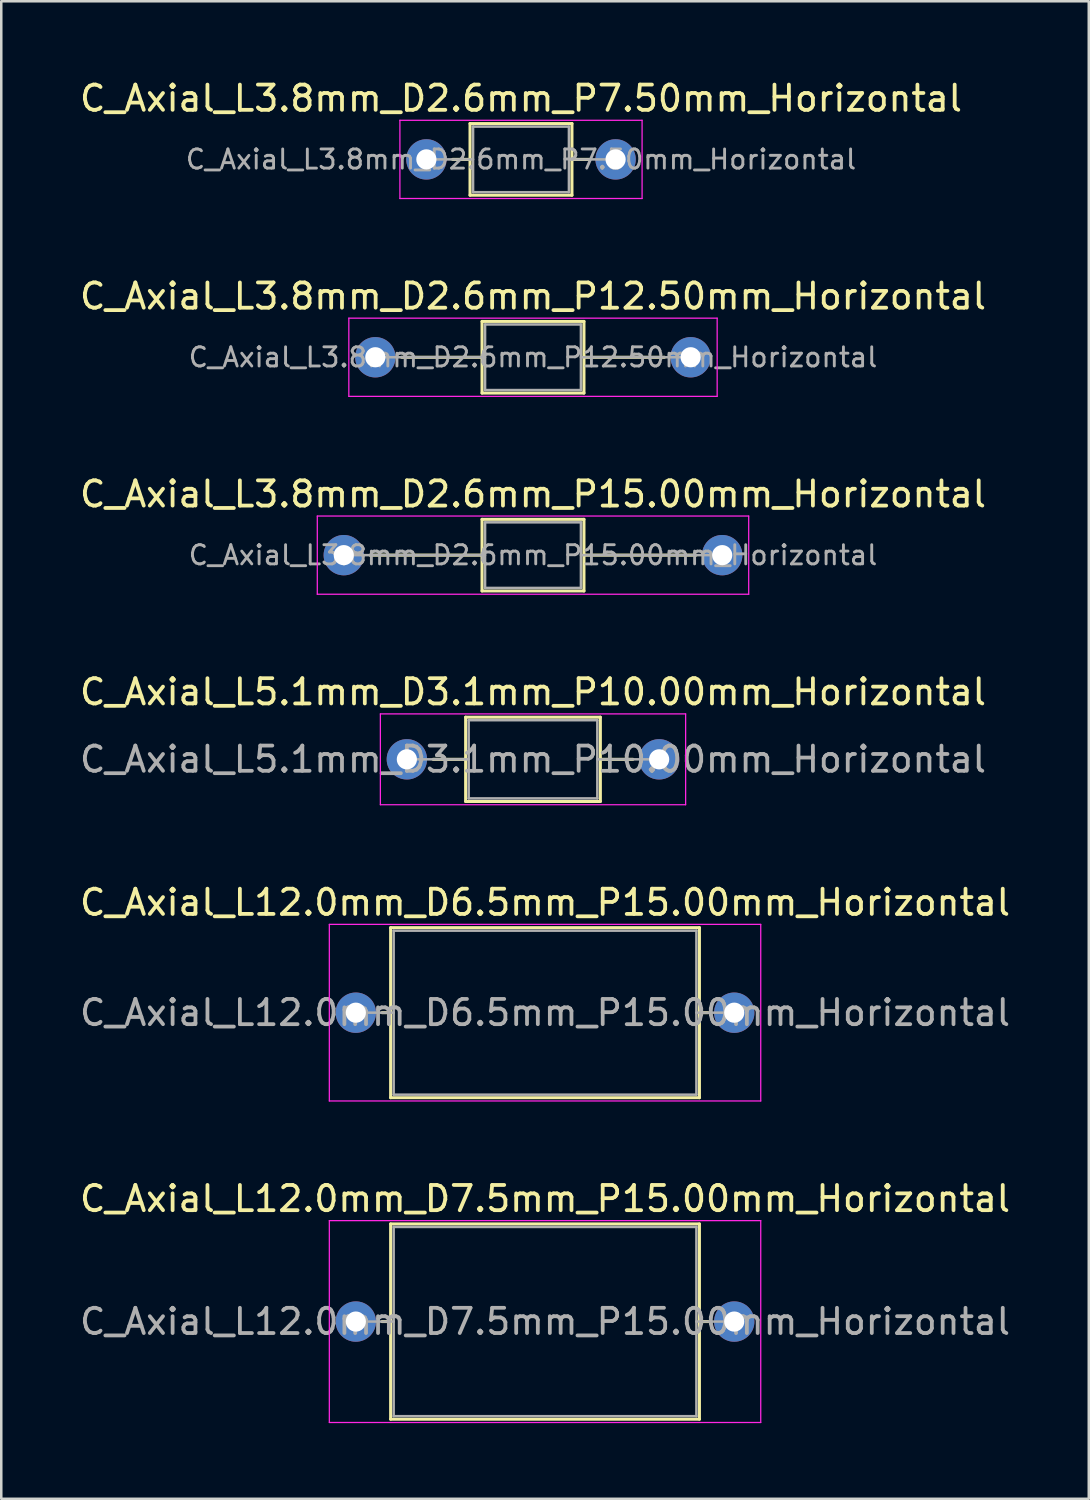
<source format=kicad_pcb>
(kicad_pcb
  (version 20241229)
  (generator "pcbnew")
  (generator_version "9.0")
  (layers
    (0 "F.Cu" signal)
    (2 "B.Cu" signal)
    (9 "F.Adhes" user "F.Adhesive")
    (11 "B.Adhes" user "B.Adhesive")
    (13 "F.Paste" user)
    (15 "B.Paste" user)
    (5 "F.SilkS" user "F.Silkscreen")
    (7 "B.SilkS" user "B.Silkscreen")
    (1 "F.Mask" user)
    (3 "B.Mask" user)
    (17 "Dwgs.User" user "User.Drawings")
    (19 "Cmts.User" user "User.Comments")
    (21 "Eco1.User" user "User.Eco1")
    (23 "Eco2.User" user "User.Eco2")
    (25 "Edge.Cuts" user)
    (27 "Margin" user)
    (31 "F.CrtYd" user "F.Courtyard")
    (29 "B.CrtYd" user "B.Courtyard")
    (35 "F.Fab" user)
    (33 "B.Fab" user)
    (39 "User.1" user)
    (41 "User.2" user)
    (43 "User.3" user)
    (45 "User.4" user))
  (footprint "C_Axial_L3.8mm_D2.6mm_P12.50mm_Horizontal"
    (layer "F.Cu")
    (at 11.827 11.111)
    (property "Reference" "C_Axial_L3.8mm_D2.6mm_P12.50mm_Horizontal" (at 6.25 -2.42 0) (layer "F.SilkS") (effects (font (size 1 1) (thickness 0.15))))
    (attr through_hole)
    (fp_line (start 1.04 0) (end 4.23 0) (stroke (width 0.12) (type solid)) (layer "F.SilkS"))
    (fp_line (start 4.23 -1.42) (end 4.23 1.42) (stroke (width 0.12) (type solid)) (layer "F.SilkS"))
    (fp_line (start 4.23 1.42) (end 8.27 1.42) (stroke (width 0.12) (type solid)) (layer "F.SilkS"))
    (fp_line (start 8.27 -1.42) (end 4.23 -1.42) (stroke (width 0.12) (type solid)) (layer "F.SilkS"))
    (fp_line (start 8.27 1.42) (end 8.27 -1.42) (stroke (width 0.12) (type solid)) (layer "F.SilkS"))
    (fp_line (start 11.46 0) (end 8.27 0) (stroke (width 0.12) (type solid)) (layer "F.SilkS"))
    (fp_line (start -1.05 -1.55) (end -1.05 1.55) (stroke (width 0.05) (type solid)) (layer "F.CrtYd"))
    (fp_line (start -1.05 1.55) (end 13.55 1.55) (stroke (width 0.05) (type solid)) (layer "F.CrtYd"))
    (fp_line (start 13.55 -1.55) (end -1.05 -1.55) (stroke (width 0.05) (type solid)) (layer "F.CrtYd"))
    (fp_line (start 13.55 1.55) (end 13.55 -1.55) (stroke (width 0.05) (type solid)) (layer "F.CrtYd"))
    (fp_line (start 0 0) (end 4.35 0) (stroke (width 0.1) (type solid)) (layer "F.Fab"))
    (fp_line (start 4.35 -1.3) (end 4.35 1.3) (stroke (width 0.1) (type solid)) (layer "F.Fab"))
    (fp_line (start 4.35 1.3) (end 8.15 1.3) (stroke (width 0.1) (type solid)) (layer "F.Fab"))
    (fp_line (start 8.15 -1.3) (end 4.35 -1.3) (stroke (width 0.1) (type solid)) (layer "F.Fab"))
    (fp_line (start 8.15 1.3) (end 8.15 -1.3) (stroke (width 0.1) (type solid)) (layer "F.Fab"))
    (fp_line (start 12.5 0) (end 8.15 0) (stroke (width 0.1) (type solid)) (layer "F.Fab"))
    (fp_text user "${REFERENCE}" (at 6.25 0 0) (layer "F.Fab") (effects (font (size 0.76 0.76) (thickness 0.114))))
    (pad "1" thru_hole circle (at 0 0) (size 1.6 1.6) (drill 0.8) (layers "*.Cu" "*.Mask"))
    (pad "2" thru_hole oval (at 12.5 0) (size 1.6 1.6) (drill 0.8) (layers "*.Cu" "*.Mask")))
  (footprint "C_Axial_L3.8mm_D2.6mm_P15.00mm_Horizontal"
    (layer "F.Cu")
    (at 10.577 18.955)
    (property "Reference" "C_Axial_L3.8mm_D2.6mm_P15.00mm_Horizontal" (at 7.5 -2.42 0) (layer "F.SilkS") (effects (font (size 1 1) (thickness 0.15))))
    (attr through_hole)
    (fp_line (start 1.04 0) (end 5.48 0) (stroke (width 0.12) (type solid)) (layer "F.SilkS"))
    (fp_line (start 5.48 -1.42) (end 5.48 1.42) (stroke (width 0.12) (type solid)) (layer "F.SilkS"))
    (fp_line (start 5.48 1.42) (end 9.52 1.42) (stroke (width 0.12) (type solid)) (layer "F.SilkS"))
    (fp_line (start 9.52 -1.42) (end 5.48 -1.42) (stroke (width 0.12) (type solid)) (layer "F.SilkS"))
    (fp_line (start 9.52 1.42) (end 9.52 -1.42) (stroke (width 0.12) (type solid)) (layer "F.SilkS"))
    (fp_line (start 13.96 0) (end 9.52 0) (stroke (width 0.12) (type solid)) (layer "F.SilkS"))
    (fp_line (start -1.05 -1.55) (end -1.05 1.55) (stroke (width 0.05) (type solid)) (layer "F.CrtYd"))
    (fp_line (start -1.05 1.55) (end 16.05 1.55) (stroke (width 0.05) (type solid)) (layer "F.CrtYd"))
    (fp_line (start 16.05 -1.55) (end -1.05 -1.55) (stroke (width 0.05) (type solid)) (layer "F.CrtYd"))
    (fp_line (start 16.05 1.55) (end 16.05 -1.55) (stroke (width 0.05) (type solid)) (layer "F.CrtYd"))
    (fp_line (start 0 0) (end 5.6 0) (stroke (width 0.1) (type solid)) (layer "F.Fab"))
    (fp_line (start 5.6 -1.3) (end 5.6 1.3) (stroke (width 0.1) (type solid)) (layer "F.Fab"))
    (fp_line (start 5.6 1.3) (end 9.4 1.3) (stroke (width 0.1) (type solid)) (layer "F.Fab"))
    (fp_line (start 9.4 -1.3) (end 5.6 -1.3) (stroke (width 0.1) (type solid)) (layer "F.Fab"))
    (fp_line (start 9.4 1.3) (end 9.4 -1.3) (stroke (width 0.1) (type solid)) (layer "F.Fab"))
    (fp_line (start 15 0) (end 9.4 0) (stroke (width 0.1) (type solid)) (layer "F.Fab"))
    (fp_text user "${REFERENCE}" (at 7.5 0 0) (layer "F.Fab") (effects (font (size 0.76 0.76) (thickness 0.114))))
    (pad "1" thru_hole circle (at 0 0) (size 1.6 1.6) (drill 0.8) (layers "*.Cu" "*.Mask"))
    (pad "2" thru_hole oval (at 15 0) (size 1.6 1.6) (drill 0.8) (layers "*.Cu" "*.Mask")))
  (footprint "C_Axial_L3.8mm_D2.6mm_P7.50mm_Horizontal"
    (layer "F.Cu")
    (at 13.851 3.268)
    (property "Reference" "C_Axial_L3.8mm_D2.6mm_P7.50mm_Horizontal" (at 3.75 -2.42 0) (layer "F.SilkS") (effects (font (size 1 1) (thickness 0.15))))
    (attr through_hole)
    (fp_line (start 1.04 0) (end 1.73 0) (stroke (width 0.12) (type solid)) (layer "F.SilkS"))
    (fp_line (start 1.73 -1.42) (end 1.73 1.42) (stroke (width 0.12) (type solid)) (layer "F.SilkS"))
    (fp_line (start 1.73 1.42) (end 5.77 1.42) (stroke (width 0.12) (type solid)) (layer "F.SilkS"))
    (fp_line (start 5.77 -1.42) (end 1.73 -1.42) (stroke (width 0.12) (type solid)) (layer "F.SilkS"))
    (fp_line (start 5.77 1.42) (end 5.77 -1.42) (stroke (width 0.12) (type solid)) (layer "F.SilkS"))
    (fp_line (start 6.46 0) (end 5.77 0) (stroke (width 0.12) (type solid)) (layer "F.SilkS"))
    (fp_line (start -1.05 -1.55) (end -1.05 1.55) (stroke (width 0.05) (type solid)) (layer "F.CrtYd"))
    (fp_line (start -1.05 1.55) (end 8.55 1.55) (stroke (width 0.05) (type solid)) (layer "F.CrtYd"))
    (fp_line (start 8.55 -1.55) (end -1.05 -1.55) (stroke (width 0.05) (type solid)) (layer "F.CrtYd"))
    (fp_line (start 8.55 1.55) (end 8.55 -1.55) (stroke (width 0.05) (type solid)) (layer "F.CrtYd"))
    (fp_line (start 0 0) (end 1.85 0) (stroke (width 0.1) (type solid)) (layer "F.Fab"))
    (fp_line (start 1.85 -1.3) (end 1.85 1.3) (stroke (width 0.1) (type solid)) (layer "F.Fab"))
    (fp_line (start 1.85 1.3) (end 5.65 1.3) (stroke (width 0.1) (type solid)) (layer "F.Fab"))
    (fp_line (start 5.65 -1.3) (end 1.85 -1.3) (stroke (width 0.1) (type solid)) (layer "F.Fab"))
    (fp_line (start 5.65 1.3) (end 5.65 -1.3) (stroke (width 0.1) (type solid)) (layer "F.Fab"))
    (fp_line (start 7.5 0) (end 5.65 0) (stroke (width 0.1) (type solid)) (layer "F.Fab"))
    (fp_text user "${REFERENCE}" (at 3.75 0 0) (layer "F.Fab") (effects (font (size 0.76 0.76) (thickness 0.114))))
    (pad "1" thru_hole circle (at 0 0) (size 1.6 1.6) (drill 0.8) (layers "*.Cu" "*.Mask"))
    (pad "2" thru_hole oval (at 7.5 0) (size 1.6 1.6) (drill 0.8) (layers "*.Cu" "*.Mask")))
  (footprint "C_Axial_L12.0mm_D6.5mm_P15.00mm_Horizontal"
    (layer "F.Cu")
    (at 11.054 37.091)
    (property "Reference" "C_Axial_L12.0mm_D6.5mm_P15.00mm_Horizontal" (at 7.5 -4.37 0) (layer "F.SilkS") (effects (font (size 1 1) (thickness 0.15))))
    (attr through_hole)
    (fp_line (start 1.04 0) (end 1.38 0) (stroke (width 0.12) (type solid)) (layer "F.SilkS"))
    (fp_line (start 1.38 -3.37) (end 1.38 3.37) (stroke (width 0.12) (type solid)) (layer "F.SilkS"))
    (fp_line (start 1.38 3.37) (end 13.62 3.37) (stroke (width 0.12) (type solid)) (layer "F.SilkS"))
    (fp_line (start 13.62 -3.37) (end 1.38 -3.37) (stroke (width 0.12) (type solid)) (layer "F.SilkS"))
    (fp_line (start 13.62 3.37) (end 13.62 -3.37) (stroke (width 0.12) (type solid)) (layer "F.SilkS"))
    (fp_line (start 13.96 0) (end 13.62 0) (stroke (width 0.12) (type solid)) (layer "F.SilkS"))
    (fp_line (start -1.05 -3.5) (end -1.05 3.5) (stroke (width 0.05) (type solid)) (layer "F.CrtYd"))
    (fp_line (start -1.05 3.5) (end 16.05 3.5) (stroke (width 0.05) (type solid)) (layer "F.CrtYd"))
    (fp_line (start 16.05 -3.5) (end -1.05 -3.5) (stroke (width 0.05) (type solid)) (layer "F.CrtYd"))
    (fp_line (start 16.05 3.5) (end 16.05 -3.5) (stroke (width 0.05) (type solid)) (layer "F.CrtYd"))
    (fp_line (start 0 0) (end 1.5 0) (stroke (width 0.1) (type solid)) (layer "F.Fab"))
    (fp_line (start 1.5 -3.25) (end 1.5 3.25) (stroke (width 0.1) (type solid)) (layer "F.Fab"))
    (fp_line (start 1.5 3.25) (end 13.5 3.25) (stroke (width 0.1) (type solid)) (layer "F.Fab"))
    (fp_line (start 13.5 -3.25) (end 1.5 -3.25) (stroke (width 0.1) (type solid)) (layer "F.Fab"))
    (fp_line (start 13.5 3.25) (end 13.5 -3.25) (stroke (width 0.1) (type solid)) (layer "F.Fab"))
    (fp_line (start 15 0) (end 13.5 0) (stroke (width 0.1) (type solid)) (layer "F.Fab"))
    (fp_text user "${REFERENCE}" (at 7.5 0 0) (layer "F.Fab") (effects (font (size 1 1) (thickness 0.15))))
    (pad "1" thru_hole circle (at 0 0) (size 1.6 1.6) (drill 0.8) (layers "*.Cu" "*.Mask"))
    (pad "2" thru_hole oval (at 15 0) (size 1.6 1.6) (drill 0.8) (layers "*.Cu" "*.Mask")))
  (footprint "C_Axial_L12.0mm_D7.5mm_P15.00mm_Horizontal"
    (layer "F.Cu")
    (at 11.054 49.334)
    (property "Reference" "C_Axial_L12.0mm_D7.5mm_P15.00mm_Horizontal" (at 7.5 -4.87 0) (layer "F.SilkS") (effects (font (size 1 1) (thickness 0.15))))
    (attr through_hole)
    (fp_line (start 1.04 0) (end 1.38 0) (stroke (width 0.12) (type solid)) (layer "F.SilkS"))
    (fp_line (start 1.38 -3.87) (end 1.38 3.87) (stroke (width 0.12) (type solid)) (layer "F.SilkS"))
    (fp_line (start 1.38 3.87) (end 13.62 3.87) (stroke (width 0.12) (type solid)) (layer "F.SilkS"))
    (fp_line (start 13.62 -3.87) (end 1.38 -3.87) (stroke (width 0.12) (type solid)) (layer "F.SilkS"))
    (fp_line (start 13.62 3.87) (end 13.62 -3.87) (stroke (width 0.12) (type solid)) (layer "F.SilkS"))
    (fp_line (start 13.96 0) (end 13.62 0) (stroke (width 0.12) (type solid)) (layer "F.SilkS"))
    (fp_line (start -1.05 -4) (end -1.05 4) (stroke (width 0.05) (type solid)) (layer "F.CrtYd"))
    (fp_line (start -1.05 4) (end 16.05 4) (stroke (width 0.05) (type solid)) (layer "F.CrtYd"))
    (fp_line (start 16.05 -4) (end -1.05 -4) (stroke (width 0.05) (type solid)) (layer "F.CrtYd"))
    (fp_line (start 16.05 4) (end 16.05 -4) (stroke (width 0.05) (type solid)) (layer "F.CrtYd"))
    (fp_line (start 0 0) (end 1.5 0) (stroke (width 0.1) (type solid)) (layer "F.Fab"))
    (fp_line (start 1.5 -3.75) (end 1.5 3.75) (stroke (width 0.1) (type solid)) (layer "F.Fab"))
    (fp_line (start 1.5 3.75) (end 13.5 3.75) (stroke (width 0.1) (type solid)) (layer "F.Fab"))
    (fp_line (start 13.5 -3.75) (end 1.5 -3.75) (stroke (width 0.1) (type solid)) (layer "F.Fab"))
    (fp_line (start 13.5 3.75) (end 13.5 -3.75) (stroke (width 0.1) (type solid)) (layer "F.Fab"))
    (fp_line (start 15 0) (end 13.5 0) (stroke (width 0.1) (type solid)) (layer "F.Fab"))
    (fp_text user "${REFERENCE}" (at 7.5 0 0) (layer "F.Fab") (effects (font (size 1 1) (thickness 0.15))))
    (pad "1" thru_hole circle (at 0 0) (size 1.6 1.6) (drill 0.8) (layers "*.Cu" "*.Mask"))
    (pad "2" thru_hole oval (at 15 0) (size 1.6 1.6) (drill 0.8) (layers "*.Cu" "*.Mask")))
  (footprint "C_Axial_L5.1mm_D3.1mm_P10.00mm_Horizontal"
    (layer "F.Cu")
    (at 13.077 27.048)
    (property "Reference" "C_Axial_L5.1mm_D3.1mm_P10.00mm_Horizontal" (at 5 -2.67 0) (layer "F.SilkS") (effects (font (size 1 1) (thickness 0.15))))
    (attr through_hole)
    (fp_line (start 1.04 0) (end 2.33 0) (stroke (width 0.12) (type solid)) (layer "F.SilkS"))
    (fp_line (start 2.33 -1.67) (end 2.33 1.67) (stroke (width 0.12) (type solid)) (layer "F.SilkS"))
    (fp_line (start 2.33 1.67) (end 7.67 1.67) (stroke (width 0.12) (type solid)) (layer "F.SilkS"))
    (fp_line (start 7.67 -1.67) (end 2.33 -1.67) (stroke (width 0.12) (type solid)) (layer "F.SilkS"))
    (fp_line (start 7.67 1.67) (end 7.67 -1.67) (stroke (width 0.12) (type solid)) (layer "F.SilkS"))
    (fp_line (start 8.96 0) (end 7.67 0) (stroke (width 0.12) (type solid)) (layer "F.SilkS"))
    (fp_line (start -1.05 -1.8) (end -1.05 1.8) (stroke (width 0.05) (type solid)) (layer "F.CrtYd"))
    (fp_line (start -1.05 1.8) (end 11.05 1.8) (stroke (width 0.05) (type solid)) (layer "F.CrtYd"))
    (fp_line (start 11.05 -1.8) (end -1.05 -1.8) (stroke (width 0.05) (type solid)) (layer "F.CrtYd"))
    (fp_line (start 11.05 1.8) (end 11.05 -1.8) (stroke (width 0.05) (type solid)) (layer "F.CrtYd"))
    (fp_line (start 0 0) (end 2.45 0) (stroke (width 0.1) (type solid)) (layer "F.Fab"))
    (fp_line (start 2.45 -1.55) (end 2.45 1.55) (stroke (width 0.1) (type solid)) (layer "F.Fab"))
    (fp_line (start 2.45 1.55) (end 7.55 1.55) (stroke (width 0.1) (type solid)) (layer "F.Fab"))
    (fp_line (start 7.55 -1.55) (end 2.45 -1.55) (stroke (width 0.1) (type solid)) (layer "F.Fab"))
    (fp_line (start 7.55 1.55) (end 7.55 -1.55) (stroke (width 0.1) (type solid)) (layer "F.Fab"))
    (fp_line (start 10 0) (end 7.55 0) (stroke (width 0.1) (type solid)) (layer "F.Fab"))
    (fp_text user "${REFERENCE}" (at 5 0 0) (layer "F.Fab") (effects (font (size 1 1) (thickness 0.15))))
    (pad "1" thru_hole circle (at 0 0) (size 1.6 1.6) (drill 0.8) (layers "*.Cu" "*.Mask"))
    (pad "2" thru_hole oval (at 10 0) (size 1.6 1.6) (drill 0.8) (layers "*.Cu" "*.Mask")))
  (gr_rect
    (start -3 -3)
    (end 40.107 56.359)
    (stroke (width 0.1) (type default))
    (fill no)
    (layer "Edge.Cuts")))
</source>
